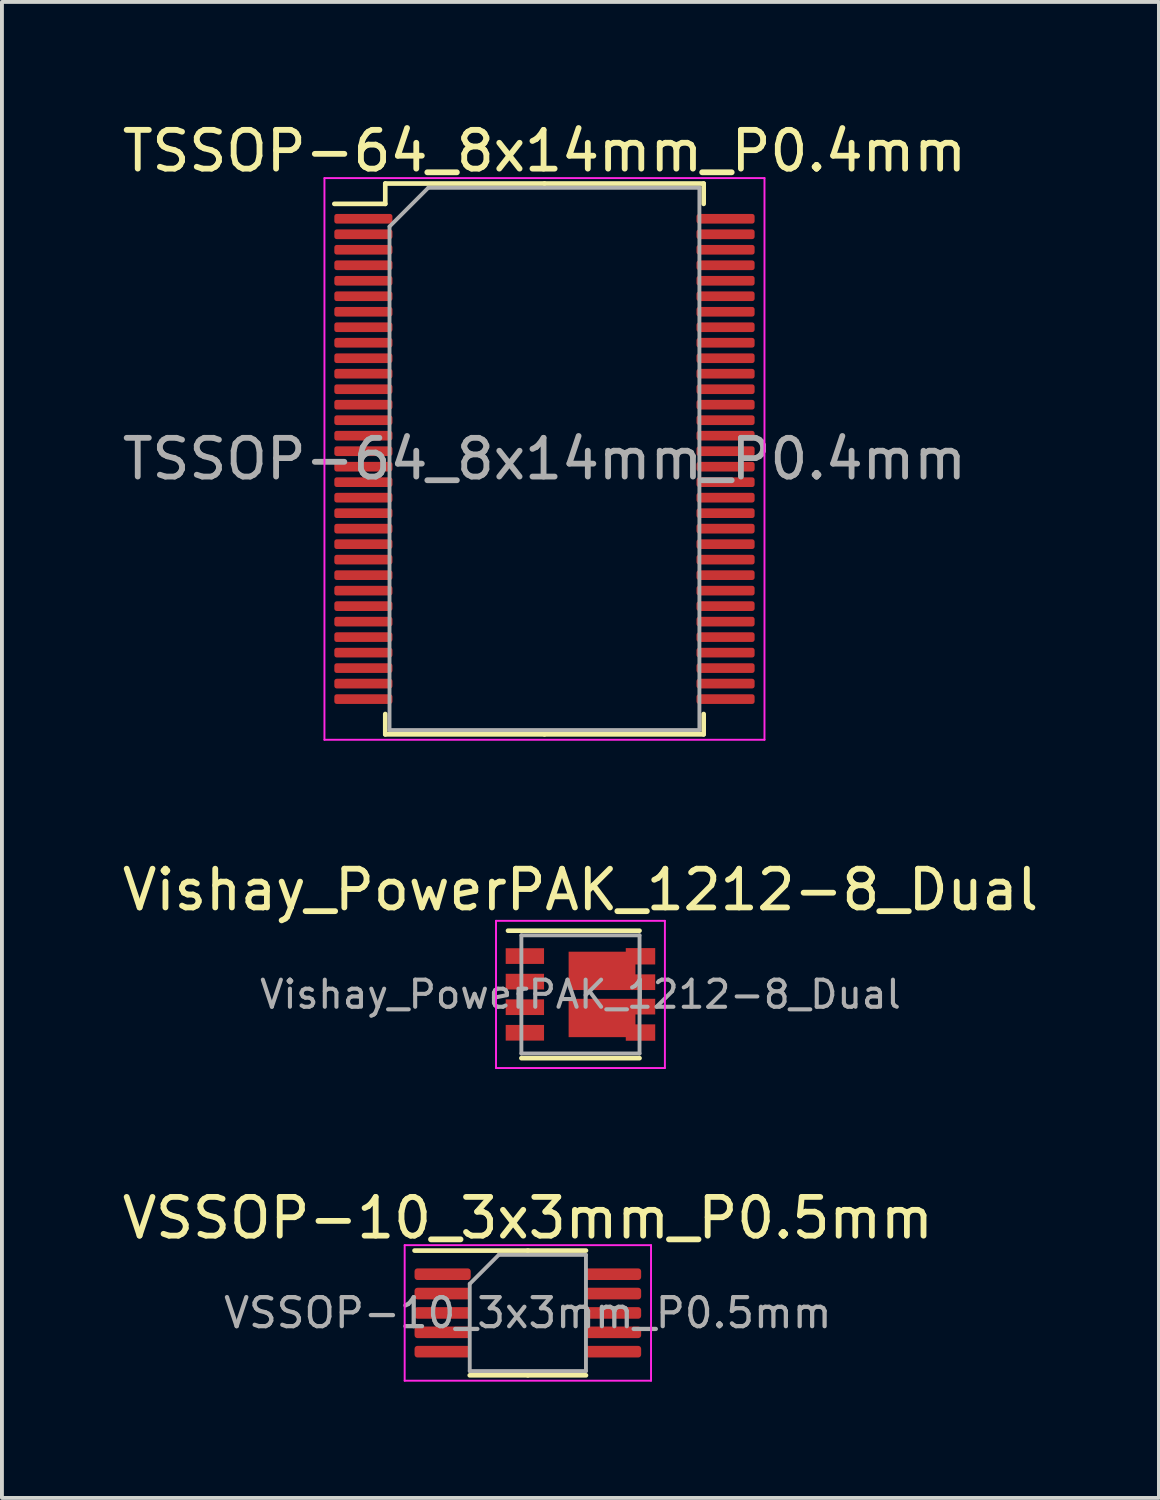
<source format=kicad_pcb>
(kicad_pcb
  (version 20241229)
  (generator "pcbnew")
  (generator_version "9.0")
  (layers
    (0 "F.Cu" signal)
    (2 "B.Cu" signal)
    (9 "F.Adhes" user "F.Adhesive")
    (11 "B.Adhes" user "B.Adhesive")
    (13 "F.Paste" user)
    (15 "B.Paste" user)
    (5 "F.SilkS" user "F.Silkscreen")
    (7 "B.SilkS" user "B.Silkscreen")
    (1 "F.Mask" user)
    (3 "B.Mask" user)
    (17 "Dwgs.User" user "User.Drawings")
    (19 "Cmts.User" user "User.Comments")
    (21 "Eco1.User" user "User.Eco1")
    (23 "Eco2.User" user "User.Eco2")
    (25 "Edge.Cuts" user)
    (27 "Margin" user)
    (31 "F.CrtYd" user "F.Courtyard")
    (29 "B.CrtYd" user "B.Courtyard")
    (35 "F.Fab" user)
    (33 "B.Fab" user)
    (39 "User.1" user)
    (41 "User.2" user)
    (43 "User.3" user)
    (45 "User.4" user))
  (footprint "Vishay_PowerPAK_1212-8_Dual"
    (layer "F.Cu")
    (at 11.935 22.622)
    (property "Reference" "Vishay_PowerPAK_1212-8_Dual" (at 0 -2.7 0) (layer "F.SilkS") (effects (font (size 1 1) (thickness 0.15))))
    (attr smd)
    (fp_line (start -1.87 -1.645) (end 1.525 -1.645) (stroke (width 0.12) (type solid)) (layer "F.SilkS"))
    (fp_line (start -1.525 1.645) (end 1.525 1.645) (stroke (width 0.12) (type solid)) (layer "F.SilkS"))
    (fp_line (start -2.18 -1.9) (end -2.18 1.9) (stroke (width 0.05) (type solid)) (layer "F.CrtYd"))
    (fp_line (start -2.18 -1.9) (end 2.18 -1.9) (stroke (width 0.05) (type solid)) (layer "F.CrtYd"))
    (fp_line (start -2.18 1.9) (end 2.18 1.9) (stroke (width 0.05) (type solid)) (layer "F.CrtYd"))
    (fp_line (start 2.18 -1.9) (end 2.18 1.9) (stroke (width 0.05) (type solid)) (layer "F.CrtYd"))
    (fp_line (start -1.525 -1.525) (end -1.525 1.525) (stroke (width 0.1) (type solid)) (layer "F.Fab"))
    (fp_line (start -1.525 -1.525) (end 1.525 -1.525) (stroke (width 0.1) (type solid)) (layer "F.Fab"))
    (fp_line (start -1.525 1.525) (end 1.525 1.525) (stroke (width 0.1) (type solid)) (layer "F.Fab"))
    (fp_line (start 1.525 -1.525) (end 1.525 1.525) (stroke (width 0.1) (type solid)) (layer "F.Fab"))
    (fp_text user "${REFERENCE}" (at 0 0 0) (layer "F.Fab") (effects (font (size 0.7 0.7) (thickness 0.105))))
    (pad "1" smd rect (at -1.435 -0.99) (size 0.99 0.405) (layers "F.Cu" "F.Mask" "F.Paste"))
    (pad "2" smd rect (at -1.435 -0.33) (size 0.99 0.405) (layers "F.Cu" "F.Mask" "F.Paste"))
    (pad "3" smd rect (at -1.435 0.33) (size 0.99 0.405) (layers "F.Cu" "F.Mask" "F.Paste"))
    (pad "4" smd rect (at -1.435 0.99) (size 0.99 0.405) (layers "F.Cu" "F.Mask" "F.Paste"))
    (pad "5" smd custom (at 0.557 0.608) (size 1.725 0.99) (layers "F.Cu" "F.Mask" "F.Paste") (options (anchor rect)) (primitives (gr_poly (pts (xy 0.613 -0.495) (xy 1.373 -0.495) (xy 1.373 -0.09) (xy 0.863 -0.09) (xy 0.863 0.165) (xy 1.373 0.165) (xy 1.373 0.588) (xy 0.613 0.588)) (width 0) (fill yes))))
    (pad "6" smd custom (at 0.557 -0.608) (size 1.725 0.99) (layers "F.Cu" "F.Mask" "F.Paste") (options (anchor rect)) (primitives (gr_poly (pts (xy 0.613 0.495) (xy 1.373 0.495) (xy 1.373 0.09) (xy 0.863 0.09) (xy 0.863 -0.165) (xy 1.373 -0.165) (xy 1.373 -0.588) (xy 0.613 -0.588)) (width 0) (fill yes)))))
  (footprint "TSSOP-64_8x14mm_P0.4mm"
    (layer "F.Cu")
    (at 11.006 8.798)
    (property "Reference" "TSSOP-64_8x14mm_P0.4mm" (at 0 -7.95 0) (layer "F.SilkS") (effects (font (size 1 1) (thickness 0.15))))
    (attr smd)
    (fp_line (start -4.11 -7.11) (end -4.11 -6.585) (stroke (width 0.12) (type solid)) (layer "F.SilkS"))
    (fp_line (start -4.11 -6.585) (end -5.425 -6.585) (stroke (width 0.12) (type solid)) (layer "F.SilkS"))
    (fp_line (start -4.11 7.11) (end -4.11 6.585) (stroke (width 0.12) (type solid)) (layer "F.SilkS"))
    (fp_line (start 0 -7.11) (end -4.11 -7.11) (stroke (width 0.12) (type solid)) (layer "F.SilkS"))
    (fp_line (start 0 -7.11) (end 4.11 -7.11) (stroke (width 0.12) (type solid)) (layer "F.SilkS"))
    (fp_line (start 0 7.11) (end -4.11 7.11) (stroke (width 0.12) (type solid)) (layer "F.SilkS"))
    (fp_line (start 0 7.11) (end 4.11 7.11) (stroke (width 0.12) (type solid)) (layer "F.SilkS"))
    (fp_line (start 4.11 -7.11) (end 4.11 -6.585) (stroke (width 0.12) (type solid)) (layer "F.SilkS"))
    (fp_line (start 4.11 7.11) (end 4.11 6.585) (stroke (width 0.12) (type solid)) (layer "F.SilkS"))
    (fp_line (start -5.68 -7.25) (end -5.68 7.25) (stroke (width 0.05) (type solid)) (layer "F.CrtYd"))
    (fp_line (start -5.68 7.25) (end 5.68 7.25) (stroke (width 0.05) (type solid)) (layer "F.CrtYd"))
    (fp_line (start 5.68 -7.25) (end -5.68 -7.25) (stroke (width 0.05) (type solid)) (layer "F.CrtYd"))
    (fp_line (start 5.68 7.25) (end 5.68 -7.25) (stroke (width 0.05) (type solid)) (layer "F.CrtYd"))
    (fp_line (start -4 -6) (end -3 -7) (stroke (width 0.1) (type solid)) (layer "F.Fab"))
    (fp_line (start -4 7) (end -4 -6) (stroke (width 0.1) (type solid)) (layer "F.Fab"))
    (fp_line (start -3 -7) (end 4 -7) (stroke (width 0.1) (type solid)) (layer "F.Fab"))
    (fp_line (start 4 -7) (end 4 7) (stroke (width 0.1) (type solid)) (layer "F.Fab"))
    (fp_line (start 4 7) (end -4 7) (stroke (width 0.1) (type solid)) (layer "F.Fab"))
    (fp_text user "${REFERENCE}" (at 0 0 0) (layer "F.Fab") (effects (font (size 1 1) (thickness 0.15))))
    (pad "1" smd roundrect (at -4.675 -6.2) (size 1.5 0.25) (layers "F.Cu" "F.Mask" "F.Paste") (roundrect_rratio 0.25))
    (pad "2" smd roundrect (at -4.675 -5.8) (size 1.5 0.25) (layers "F.Cu" "F.Mask" "F.Paste") (roundrect_rratio 0.25))
    (pad "3" smd roundrect (at -4.675 -5.4) (size 1.5 0.25) (layers "F.Cu" "F.Mask" "F.Paste") (roundrect_rratio 0.25))
    (pad "4" smd roundrect (at -4.675 -5) (size 1.5 0.25) (layers "F.Cu" "F.Mask" "F.Paste") (roundrect_rratio 0.25))
    (pad "5" smd roundrect (at -4.675 -4.6) (size 1.5 0.25) (layers "F.Cu" "F.Mask" "F.Paste") (roundrect_rratio 0.25))
    (pad "6" smd roundrect (at -4.675 -4.2) (size 1.5 0.25) (layers "F.Cu" "F.Mask" "F.Paste") (roundrect_rratio 0.25))
    (pad "7" smd roundrect (at -4.675 -3.8) (size 1.5 0.25) (layers "F.Cu" "F.Mask" "F.Paste") (roundrect_rratio 0.25))
    (pad "8" smd roundrect (at -4.675 -3.4) (size 1.5 0.25) (layers "F.Cu" "F.Mask" "F.Paste") (roundrect_rratio 0.25))
    (pad "9" smd roundrect (at -4.675 -3) (size 1.5 0.25) (layers "F.Cu" "F.Mask" "F.Paste") (roundrect_rratio 0.25))
    (pad "10" smd roundrect (at -4.675 -2.6) (size 1.5 0.25) (layers "F.Cu" "F.Mask" "F.Paste") (roundrect_rratio 0.25))
    (pad "11" smd roundrect (at -4.675 -2.2) (size 1.5 0.25) (layers "F.Cu" "F.Mask" "F.Paste") (roundrect_rratio 0.25))
    (pad "12" smd roundrect (at -4.675 -1.8) (size 1.5 0.25) (layers "F.Cu" "F.Mask" "F.Paste") (roundrect_rratio 0.25))
    (pad "13" smd roundrect (at -4.675 -1.4) (size 1.5 0.25) (layers "F.Cu" "F.Mask" "F.Paste") (roundrect_rratio 0.25))
    (pad "14" smd roundrect (at -4.675 -1) (size 1.5 0.25) (layers "F.Cu" "F.Mask" "F.Paste") (roundrect_rratio 0.25))
    (pad "15" smd roundrect (at -4.675 -0.6) (size 1.5 0.25) (layers "F.Cu" "F.Mask" "F.Paste") (roundrect_rratio 0.25))
    (pad "16" smd roundrect (at -4.675 -0.2) (size 1.5 0.25) (layers "F.Cu" "F.Mask" "F.Paste") (roundrect_rratio 0.25))
    (pad "17" smd roundrect (at -4.675 0.2) (size 1.5 0.25) (layers "F.Cu" "F.Mask" "F.Paste") (roundrect_rratio 0.25))
    (pad "18" smd roundrect (at -4.675 0.6) (size 1.5 0.25) (layers "F.Cu" "F.Mask" "F.Paste") (roundrect_rratio 0.25))
    (pad "19" smd roundrect (at -4.675 1) (size 1.5 0.25) (layers "F.Cu" "F.Mask" "F.Paste") (roundrect_rratio 0.25))
    (pad "20" smd roundrect (at -4.675 1.4) (size 1.5 0.25) (layers "F.Cu" "F.Mask" "F.Paste") (roundrect_rratio 0.25))
    (pad "21" smd roundrect (at -4.675 1.8) (size 1.5 0.25) (layers "F.Cu" "F.Mask" "F.Paste") (roundrect_rratio 0.25))
    (pad "22" smd roundrect (at -4.675 2.2) (size 1.5 0.25) (layers "F.Cu" "F.Mask" "F.Paste") (roundrect_rratio 0.25))
    (pad "23" smd roundrect (at -4.675 2.6) (size 1.5 0.25) (layers "F.Cu" "F.Mask" "F.Paste") (roundrect_rratio 0.25))
    (pad "24" smd roundrect (at -4.675 3) (size 1.5 0.25) (layers "F.Cu" "F.Mask" "F.Paste") (roundrect_rratio 0.25))
    (pad "25" smd roundrect (at -4.675 3.4) (size 1.5 0.25) (layers "F.Cu" "F.Mask" "F.Paste") (roundrect_rratio 0.25))
    (pad "26" smd roundrect (at -4.675 3.8) (size 1.5 0.25) (layers "F.Cu" "F.Mask" "F.Paste") (roundrect_rratio 0.25))
    (pad "27" smd roundrect (at -4.675 4.2) (size 1.5 0.25) (layers "F.Cu" "F.Mask" "F.Paste") (roundrect_rratio 0.25))
    (pad "28" smd roundrect (at -4.675 4.6) (size 1.5 0.25) (layers "F.Cu" "F.Mask" "F.Paste") (roundrect_rratio 0.25))
    (pad "29" smd roundrect (at -4.675 5) (size 1.5 0.25) (layers "F.Cu" "F.Mask" "F.Paste") (roundrect_rratio 0.25))
    (pad "30" smd roundrect (at -4.675 5.4) (size 1.5 0.25) (layers "F.Cu" "F.Mask" "F.Paste") (roundrect_rratio 0.25))
    (pad "31" smd roundrect (at -4.675 5.8) (size 1.5 0.25) (layers "F.Cu" "F.Mask" "F.Paste") (roundrect_rratio 0.25))
    (pad "32" smd roundrect (at -4.675 6.2) (size 1.5 0.25) (layers "F.Cu" "F.Mask" "F.Paste") (roundrect_rratio 0.25))
    (pad "33" smd roundrect (at 4.675 6.2) (size 1.5 0.25) (layers "F.Cu" "F.Mask" "F.Paste") (roundrect_rratio 0.25))
    (pad "34" smd roundrect (at 4.675 5.8) (size 1.5 0.25) (layers "F.Cu" "F.Mask" "F.Paste") (roundrect_rratio 0.25))
    (pad "35" smd roundrect (at 4.675 5.4) (size 1.5 0.25) (layers "F.Cu" "F.Mask" "F.Paste") (roundrect_rratio 0.25))
    (pad "36" smd roundrect (at 4.675 5) (size 1.5 0.25) (layers "F.Cu" "F.Mask" "F.Paste") (roundrect_rratio 0.25))
    (pad "37" smd roundrect (at 4.675 4.6) (size 1.5 0.25) (layers "F.Cu" "F.Mask" "F.Paste") (roundrect_rratio 0.25))
    (pad "38" smd roundrect (at 4.675 4.2) (size 1.5 0.25) (layers "F.Cu" "F.Mask" "F.Paste") (roundrect_rratio 0.25))
    (pad "39" smd roundrect (at 4.675 3.8) (size 1.5 0.25) (layers "F.Cu" "F.Mask" "F.Paste") (roundrect_rratio 0.25))
    (pad "40" smd roundrect (at 4.675 3.4) (size 1.5 0.25) (layers "F.Cu" "F.Mask" "F.Paste") (roundrect_rratio 0.25))
    (pad "41" smd roundrect (at 4.675 3) (size 1.5 0.25) (layers "F.Cu" "F.Mask" "F.Paste") (roundrect_rratio 0.25))
    (pad "42" smd roundrect (at 4.675 2.6) (size 1.5 0.25) (layers "F.Cu" "F.Mask" "F.Paste") (roundrect_rratio 0.25))
    (pad "43" smd roundrect (at 4.675 2.2) (size 1.5 0.25) (layers "F.Cu" "F.Mask" "F.Paste") (roundrect_rratio 0.25))
    (pad "44" smd roundrect (at 4.675 1.8) (size 1.5 0.25) (layers "F.Cu" "F.Mask" "F.Paste") (roundrect_rratio 0.25))
    (pad "45" smd roundrect (at 4.675 1.4) (size 1.5 0.25) (layers "F.Cu" "F.Mask" "F.Paste") (roundrect_rratio 0.25))
    (pad "46" smd roundrect (at 4.675 1) (size 1.5 0.25) (layers "F.Cu" "F.Mask" "F.Paste") (roundrect_rratio 0.25))
    (pad "47" smd roundrect (at 4.675 0.6) (size 1.5 0.25) (layers "F.Cu" "F.Mask" "F.Paste") (roundrect_rratio 0.25))
    (pad "48" smd roundrect (at 4.675 0.2) (size 1.5 0.25) (layers "F.Cu" "F.Mask" "F.Paste") (roundrect_rratio 0.25))
    (pad "49" smd roundrect (at 4.675 -0.2) (size 1.5 0.25) (layers "F.Cu" "F.Mask" "F.Paste") (roundrect_rratio 0.25))
    (pad "50" smd roundrect (at 4.675 -0.6) (size 1.5 0.25) (layers "F.Cu" "F.Mask" "F.Paste") (roundrect_rratio 0.25))
    (pad "51" smd roundrect (at 4.675 -1) (size 1.5 0.25) (layers "F.Cu" "F.Mask" "F.Paste") (roundrect_rratio 0.25))
    (pad "52" smd roundrect (at 4.675 -1.4) (size 1.5 0.25) (layers "F.Cu" "F.Mask" "F.Paste") (roundrect_rratio 0.25))
    (pad "53" smd roundrect (at 4.675 -1.8) (size 1.5 0.25) (layers "F.Cu" "F.Mask" "F.Paste") (roundrect_rratio 0.25))
    (pad "54" smd roundrect (at 4.675 -2.2) (size 1.5 0.25) (layers "F.Cu" "F.Mask" "F.Paste") (roundrect_rratio 0.25))
    (pad "55" smd roundrect (at 4.675 -2.6) (size 1.5 0.25) (layers "F.Cu" "F.Mask" "F.Paste") (roundrect_rratio 0.25))
    (pad "56" smd roundrect (at 4.675 -3) (size 1.5 0.25) (layers "F.Cu" "F.Mask" "F.Paste") (roundrect_rratio 0.25))
    (pad "57" smd roundrect (at 4.675 -3.4) (size 1.5 0.25) (layers "F.Cu" "F.Mask" "F.Paste") (roundrect_rratio 0.25))
    (pad "58" smd roundrect (at 4.675 -3.8) (size 1.5 0.25) (layers "F.Cu" "F.Mask" "F.Paste") (roundrect_rratio 0.25))
    (pad "59" smd roundrect (at 4.675 -4.2) (size 1.5 0.25) (layers "F.Cu" "F.Mask" "F.Paste") (roundrect_rratio 0.25))
    (pad "60" smd roundrect (at 4.675 -4.6) (size 1.5 0.25) (layers "F.Cu" "F.Mask" "F.Paste") (roundrect_rratio 0.25))
    (pad "61" smd roundrect (at 4.675 -5) (size 1.5 0.25) (layers "F.Cu" "F.Mask" "F.Paste") (roundrect_rratio 0.25))
    (pad "62" smd roundrect (at 4.675 -5.4) (size 1.5 0.25) (layers "F.Cu" "F.Mask" "F.Paste") (roundrect_rratio 0.25))
    (pad "63" smd roundrect (at 4.675 -5.8) (size 1.5 0.25) (layers "F.Cu" "F.Mask" "F.Paste") (roundrect_rratio 0.25))
    (pad "64" smd roundrect (at 4.675 -6.2) (size 1.5 0.25) (layers "F.Cu" "F.Mask" "F.Paste") (roundrect_rratio 0.25)))
  (footprint "VSSOP-10_3x3mm_P0.5mm"
    (layer "F.Cu")
    (at 10.577 30.845)
    (property "Reference" "VSSOP-10_3x3mm_P0.5mm" (at 0 -2.45 0) (layer "F.SilkS") (effects (font (size 1 1) (thickness 0.15))))
    (attr smd)
    (fp_line (start 0 -1.61) (end -2.925 -1.61) (stroke (width 0.12) (type solid)) (layer "F.SilkS"))
    (fp_line (start 0 -1.61) (end 1.5 -1.61) (stroke (width 0.12) (type solid)) (layer "F.SilkS"))
    (fp_line (start 0 1.61) (end -1.5 1.61) (stroke (width 0.12) (type solid)) (layer "F.SilkS"))
    (fp_line (start 0 1.61) (end 1.5 1.61) (stroke (width 0.12) (type solid)) (layer "F.SilkS"))
    (fp_line (start -3.18 -1.75) (end -3.18 1.75) (stroke (width 0.05) (type solid)) (layer "F.CrtYd"))
    (fp_line (start -3.18 1.75) (end 3.18 1.75) (stroke (width 0.05) (type solid)) (layer "F.CrtYd"))
    (fp_line (start 3.18 -1.75) (end -3.18 -1.75) (stroke (width 0.05) (type solid)) (layer "F.CrtYd"))
    (fp_line (start 3.18 1.75) (end 3.18 -1.75) (stroke (width 0.05) (type solid)) (layer "F.CrtYd"))
    (fp_line (start -1.5 -0.75) (end -0.75 -1.5) (stroke (width 0.1) (type solid)) (layer "F.Fab"))
    (fp_line (start -1.5 1.5) (end -1.5 -0.75) (stroke (width 0.1) (type solid)) (layer "F.Fab"))
    (fp_line (start -0.75 -1.5) (end 1.5 -1.5) (stroke (width 0.1) (type solid)) (layer "F.Fab"))
    (fp_line (start 1.5 -1.5) (end 1.5 1.5) (stroke (width 0.1) (type solid)) (layer "F.Fab"))
    (fp_line (start 1.5 1.5) (end -1.5 1.5) (stroke (width 0.1) (type solid)) (layer "F.Fab"))
    (fp_text user "${REFERENCE}" (at 0 0 0) (layer "F.Fab") (effects (font (size 0.75 0.75) (thickness 0.11))))
    (pad "1" smd roundrect (at -2.2 -1) (size 1.45 0.3) (layers "F.Cu" "F.Mask" "F.Paste") (roundrect_rratio 0.25))
    (pad "2" smd roundrect (at -2.2 -0.5) (size 1.45 0.3) (layers "F.Cu" "F.Mask" "F.Paste") (roundrect_rratio 0.25))
    (pad "3" smd roundrect (at -2.2 0) (size 1.45 0.3) (layers "F.Cu" "F.Mask" "F.Paste") (roundrect_rratio 0.25))
    (pad "4" smd roundrect (at -2.2 0.5) (size 1.45 0.3) (layers "F.Cu" "F.Mask" "F.Paste") (roundrect_rratio 0.25))
    (pad "5" smd roundrect (at -2.2 1) (size 1.45 0.3) (layers "F.Cu" "F.Mask" "F.Paste") (roundrect_rratio 0.25))
    (pad "6" smd roundrect (at 2.2 1) (size 1.45 0.3) (layers "F.Cu" "F.Mask" "F.Paste") (roundrect_rratio 0.25))
    (pad "7" smd roundrect (at 2.2 0.5) (size 1.45 0.3) (layers "F.Cu" "F.Mask" "F.Paste") (roundrect_rratio 0.25))
    (pad "8" smd roundrect (at 2.2 0) (size 1.45 0.3) (layers "F.Cu" "F.Mask" "F.Paste") (roundrect_rratio 0.25))
    (pad "9" smd roundrect (at 2.2 -0.5) (size 1.45 0.3) (layers "F.Cu" "F.Mask" "F.Paste") (roundrect_rratio 0.25))
    (pad "10" smd roundrect (at 2.2 -1) (size 1.45 0.3) (layers "F.Cu" "F.Mask" "F.Paste") (roundrect_rratio 0.25)))
  (gr_rect
    (start -3 -3)
    (end 26.869 35.62)
    (stroke (width 0.1) (type default))
    (fill no)
    (layer "Edge.Cuts")))
</source>
